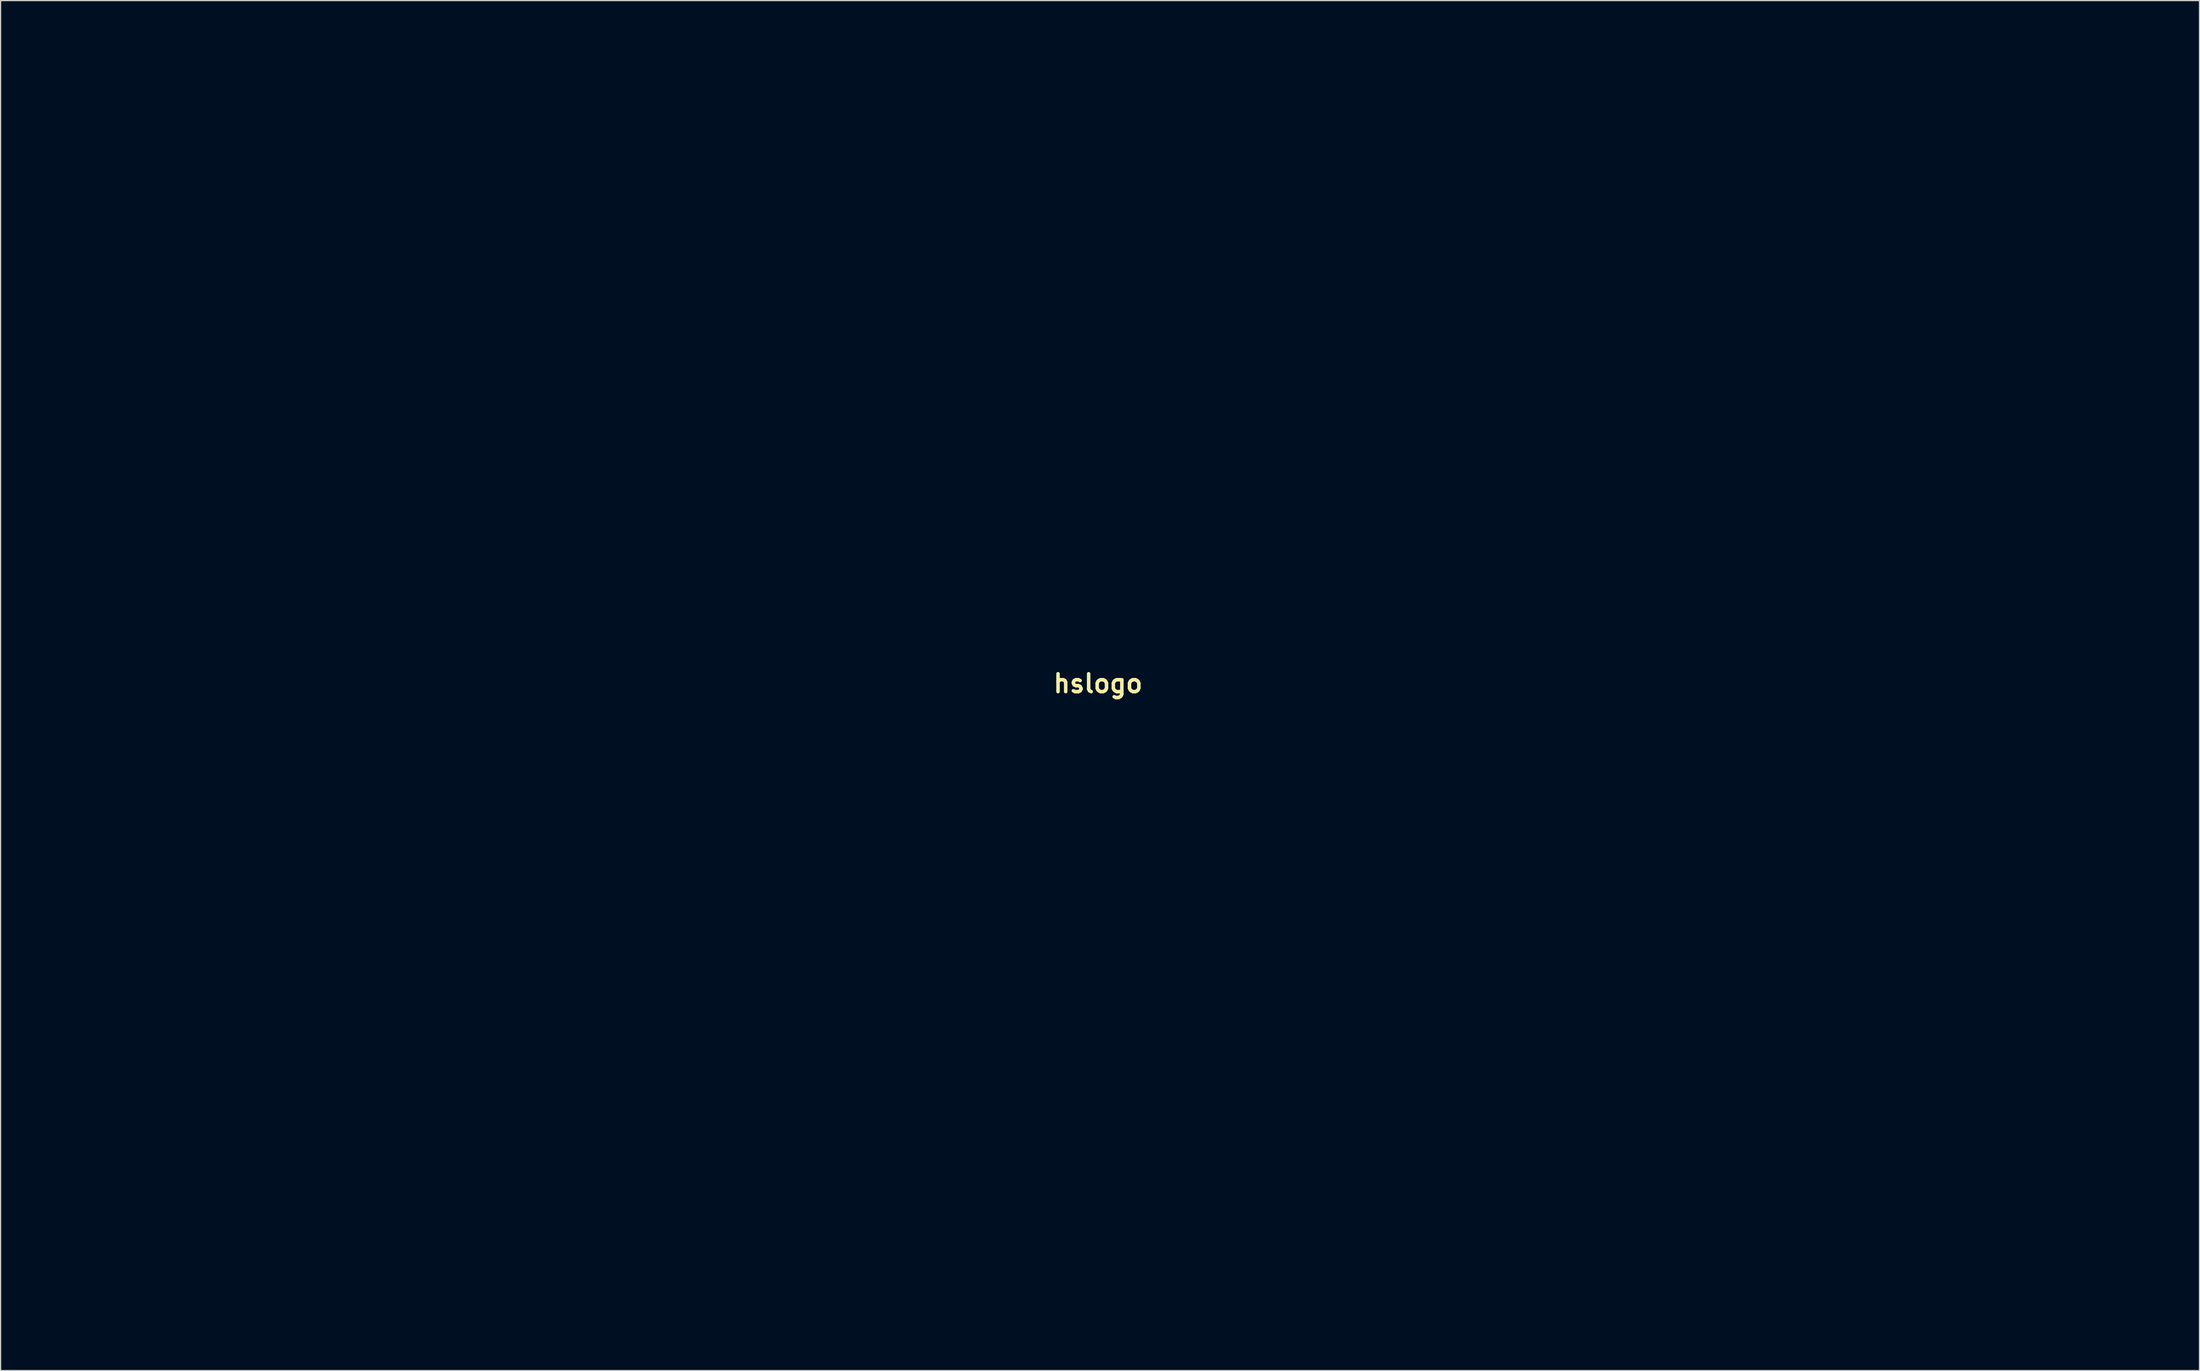
<source format=kicad_pcb>
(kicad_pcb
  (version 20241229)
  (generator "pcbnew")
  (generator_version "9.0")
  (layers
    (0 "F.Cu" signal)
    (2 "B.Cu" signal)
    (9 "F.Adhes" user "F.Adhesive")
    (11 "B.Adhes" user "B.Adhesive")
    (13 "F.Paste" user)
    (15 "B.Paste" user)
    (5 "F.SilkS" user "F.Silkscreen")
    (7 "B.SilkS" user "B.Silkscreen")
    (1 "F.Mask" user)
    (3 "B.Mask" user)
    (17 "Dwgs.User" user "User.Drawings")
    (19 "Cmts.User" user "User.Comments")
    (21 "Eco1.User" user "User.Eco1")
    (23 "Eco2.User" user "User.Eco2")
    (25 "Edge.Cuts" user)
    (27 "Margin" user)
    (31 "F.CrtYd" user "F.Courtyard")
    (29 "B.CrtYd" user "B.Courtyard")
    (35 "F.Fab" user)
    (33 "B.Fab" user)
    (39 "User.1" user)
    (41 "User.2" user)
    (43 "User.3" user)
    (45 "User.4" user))
  (footprint "hslogo"
    (layer "F.Cu")
    (at 90.621 55.267)
    (property "Reference" "hslogo" (at 0 0 0) (layer "F.SilkS") (effects (font (size 1.524 1.524) (thickness 0.3))))
    (attr through_hole)
    (fp_poly (pts (xy 33.295 34.153) (xy 33.123 34.324) (xy 32.951 34.153) (xy 33.123 33.981) (xy 33.295 34.153)) (stroke (width 0.01) (type solid)) (fill yes) (layer "F.Mask"))
    (fp_poly (pts (xy -68.07 -55.037) (xy -67.838 -54.747) (xy -67.865 -54.326) (xy -68.259 -54.26) (xy -68.799 -54.55) (xy -68.992 -54.747) (xy -69.216 -55.147) (xy -68.853 -55.26) (xy -68.727 -55.262) (xy -68.07 -55.037)) (stroke (width 0.01) (type solid)) (fill yes) (layer "F.Mask"))
    (fp_poly (pts (xy 32.296 21.296) (xy 31.903 21.665) (xy 31.445 22.071) (xy 30.542 22.817) (xy 29.643 23.477) (xy 28.878 23.97) (xy 28.374 24.216) (xy 28.257 24.133) (xy 28.288 24.075) (xy 28.68 23.703) (xy 29.486 23.09) (xy 30.54 22.363) (xy 30.656 22.287) (xy 31.717 21.595) (xy 32.249 21.268) (xy 32.296 21.296)) (stroke (width 0.01) (type solid)) (fill yes) (layer "F.Mask"))
    (fp_poly (pts (xy 16.418 -30.911) (xy 17.459 -30.008) (xy 18.387 -28.632) (xy 19.181 -26.886) (xy 19.816 -24.877) (xy 20.27 -22.707) (xy 20.521 -20.483) (xy 20.545 -18.309) (xy 20.32 -16.289) (xy 19.824 -14.529) (xy 19.185 -13.335) (xy 18.359 -12.548) (xy 17.469 -12.44) (xy 16.491 -13.01) (xy 16.267 -13.221) (xy 15.186 -14.66) (xy 14.217 -16.642) (xy 13.409 -19.026) (xy 12.81 -21.671) (xy 12.484 -24.225) (xy 12.462 -26.437) (xy 12.745 -28.324) (xy 13.301 -29.806) (xy 14.096 -30.801) (xy 15.098 -31.225) (xy 15.288 -31.235) (xy 16.418 -30.911)) (stroke (width 0.01) (type solid)) (fill yes) (layer "F.Mask"))
    (fp_poly (pts (xy 30.524 -45.297) (xy 31.575 -44.327) (xy 32.045 -43.663) (xy 33.07 -41.645) (xy 33.846 -39.333) (xy 34.362 -36.865) (xy 34.61 -34.381) (xy 34.577 -32.023) (xy 34.253 -29.929) (xy 33.629 -28.24) (xy 33.236 -27.635) (xy 32.422 -26.928) (xy 31.536 -26.864) (xy 30.485 -27.437) (xy 30.411 -27.494) (xy 29.419 -28.597) (xy 28.466 -30.25) (xy 27.606 -32.32) (xy 26.892 -34.67) (xy 26.378 -37.165) (xy 26.254 -38.049) (xy 26.156 -40.221) (xy 26.384 -42.102) (xy 26.884 -43.639) (xy 27.602 -44.779) (xy 28.484 -45.47) (xy 29.476 -45.66) (xy 30.524 -45.297)) (stroke (width 0.01) (type solid)) (fill yes) (layer "F.Mask"))
    (fp_poly (pts (xy -68.35 37.123) (xy -67.87 37.573) (xy -67.293 38.593) (xy -66.651 40.078) (xy -65.98 41.924) (xy -65.314 44.028) (xy -64.686 46.285) (xy -64.13 48.591) (xy -63.682 50.842) (xy -63.521 51.83) (xy -63.31 53.161) (xy -63.111 54.28) (xy -62.963 54.964) (xy -62.952 55.005) (xy -62.927 55.296) (xy -63.155 55.475) (xy -63.757 55.568) (xy -64.857 55.602) (xy -65.708 55.605) (xy -68.649 55.605) (xy -68.683 52.43) (xy -68.71 50.891) (xy -68.753 49.5) (xy -68.804 48.481) (xy -68.825 48.226) (xy -68.922 46.921) (xy -68.98 45.327) (xy -69.001 43.592) (xy -68.988 41.863) (xy -68.942 40.289) (xy -68.866 39.015) (xy -68.761 38.19) (xy -68.684 37.971) (xy -68.489 37.451) (xy -68.566 37.249) (xy -68.55 37.086) (xy -68.35 37.123)) (stroke (width 0.01) (type solid)) (fill yes) (layer "F.Mask"))
    (fp_poly (pts (xy 51.357 -36.912) (xy 51.569 -36.638) (xy 51.639 -36.445) (xy 51.634 -35.54) (xy 51.233 -34.557) (xy 50.587 -33.786) (xy 50.127 -33.542) (xy 49.753 -33.366) (xy 49.54 -32.977) (xy 49.444 -32.214) (xy 49.421 -31.01) (xy 49.064 -24.975) (xy 48.023 -18.991) (xy 46.301 -13.068) (xy 43.901 -7.213) (xy 43.059 -5.491) (xy 40.756 -1.351) (xy 38.259 2.315) (xy 35.42 5.716) (xy 33.914 7.292) (xy 30.996 10.038) (xy 28.25 12.202) (xy 25.589 13.841) (xy 22.925 15.01) (xy 20.873 15.612) (xy 19.263 15.95) (xy 18.017 16.073) (xy 16.845 15.981) (xy 15.458 15.674) (xy 15.182 15.6) (xy 13.391 15.033) (xy 11.942 14.335) (xy 10.583 13.358) (xy 9.225 12.117) (xy 7.295 10.233) (xy 6.398 11.201) (xy 5.79 11.805) (xy 5.403 11.945) (xy 5.012 11.679) (xy 4.918 11.587) (xy 4.69 11.305) (xy 4.598 10.953) (xy 4.664 10.411) (xy 4.915 9.559) (xy 5.374 8.276) (xy 5.857 6.992) (xy 6.671 4.966) (xy 7.349 3.558) (xy 7.925 2.725) (xy 8.432 2.418) (xy 8.903 2.593) (xy 8.973 2.657) (xy 9.199 3.104) (xy 9.131 3.842) (xy 8.964 4.467) (xy 8.733 5.444) (xy 8.808 6.157) (xy 9.232 6.979) (xy 9.262 7.028) (xy 10.662 8.74) (xy 12.619 10.313) (xy 14.171 11.232) (xy 15.144 11.694) (xy 16.029 11.972) (xy 17.061 12.107) (xy 18.47 12.143) (xy 19.05 12.141) (xy 20.891 12.061) (xy 22.459 11.808) (xy 23.943 11.315) (xy 25.533 10.518) (xy 27.42 9.349) (xy 27.789 9.105) (xy 29.346 7.926) (xy 31.151 6.329) (xy 33.061 4.46) (xy 34.935 2.466) (xy 36.63 0.493) (xy 38.004 -1.311) (xy 38.261 -1.689) (xy 40.969 -6.352) (xy 43.201 -11.389) (xy 44.915 -16.667) (xy 46.073 -22.052) (xy 46.633 -27.412) (xy 46.681 -29.433) (xy 46.671 -31.022) (xy 46.625 -32.047) (xy 46.521 -32.628) (xy 46.337 -32.889) (xy 46.051 -32.951) (xy 46.037 -32.951) (xy 45.209 -33.235) (xy 44.782 -33.97) (xy 44.809 -34.781) (xy 45.173 -35.66) (xy 45.823 -36.26) (xy 46.886 -36.648) (xy 48.488 -36.892) (xy 48.792 -36.921) (xy 50.123 -37.028) (xy 50.926 -37.034) (xy 51.357 -36.912)) (stroke (width 0.01) (type solid)) (fill yes) (layer "F.Mask"))
    (fp_poly (pts (xy -88.157 -41.113) (xy -87.824 -40.741) (xy -87.388 -39.924) (xy -87.086 -39.204) (xy -86.67 -38.266) (xy -86.301 -37.698) (xy -86.115 -37.61) (xy -85.954 -37.528) (xy -86.009 -37.295) (xy -85.902 -36.74) (xy -85.453 -36.275) (xy -84.953 -35.721) (xy -84.969 -35.328) (xy -85.037 -35.067) (xy -84.801 -35.17) (xy -84.271 -35.117) (xy -83.527 -34.523) (xy -83.458 -34.451) (xy -82.689 -33.775) (xy -81.968 -33.375) (xy -81.861 -33.348) (xy -81.19 -33.173) (xy -81.055 -33.017) (xy -81.501 -32.951) (xy -81.846 -32.888) (xy -81.685 -32.621) (xy -81.301 -32.289) (xy -80.775 -31.747) (xy -80.794 -31.338) (xy -80.904 -31.207) (xy -81.129 -30.55) (xy -81.035 -30.239) (xy -80.859 -29.569) (xy -80.752 -28.544) (xy -80.739 -28.146) (xy -80.567 -25.641) (xy -80.117 -23.63) (xy -79.635 -22.545) (xy -78.661 -20.834) (xy -78.008 -19.511) (xy -77.604 -18.4) (xy -77.381 -17.325) (xy -77.314 -16.734) (xy -77.106 -15.382) (xy -76.711 -14.431) (xy -76.174 -13.757) (xy -75.523 -13.165) (xy -74.861 -12.874) (xy -73.917 -12.79) (xy -73.306 -12.796) (xy -72.183 -12.758) (xy -71.328 -12.611) (xy -71.025 -12.467) (xy -70.794 -11.913) (xy -70.662 -10.973) (xy -70.651 -10.594) (xy -70.712 -9.729) (xy -70.916 -8.726) (xy -71.289 -7.516) (xy -71.86 -6.028) (xy -72.658 -4.192) (xy -73.71 -1.937) (xy -75.045 0.805) (xy -76.053 2.833) (xy -76.96 4.707) (xy -77.793 6.535) (xy -78.481 8.158) (xy -78.956 9.416) (xy -79.098 9.88) (xy -79.254 10.65) (xy -79.382 11.686) (xy -79.484 13.06) (xy -79.565 14.843) (xy -79.628 17.106) (xy -79.675 19.919) (xy -79.708 23.008) (xy -79.748 28.321) (xy -79.77 32.976) (xy -79.775 37.001) (xy -79.762 40.424) (xy -79.73 43.273) (xy -79.681 45.576) (xy -79.612 47.361) (xy -79.533 48.569) (xy -79.389 50.263) (xy -79.234 52.116) (xy -79.137 53.289) (xy -78.948 55.605) (xy -90.616 55.605) (xy -90.616 -32.78) (xy -82.722 -32.78) (xy -82.55 -32.608) (xy -82.378 -32.78) (xy -82.55 -32.951) (xy -82.722 -32.78) (xy -90.616 -32.78) (xy -90.616 -34.153) (xy -85.124 -34.153) (xy -84.953 -33.981) (xy -84.781 -34.153) (xy -84.953 -34.324) (xy -85.124 -34.153) (xy -90.616 -34.153) (xy -90.616 -35.869) (xy -86.497 -35.869) (xy -86.326 -35.697) (xy -86.154 -35.869) (xy -86.326 -36.041) (xy -86.497 -35.869) (xy -90.616 -35.869) (xy -90.616 -39.183) (xy -89.585 -40.214) (xy -89.038 -40.674) (xy -88.214 -40.674) (xy -88.042 -40.503) (xy -87.87 -40.674) (xy -88.042 -40.846) (xy -88.214 -40.674) (xy -89.038 -40.674) (xy -88.862 -40.823) (xy -88.286 -41.114) (xy -88.157 -41.113)) (stroke (width 0.01) (type solid)) (fill yes) (layer "F.Mask"))
    (fp_poly (pts (xy -41.436 -0.454) (xy -40.586 0.205) (xy -39.39 1.229) (xy -37.917 2.558) (xy -36.236 4.132) (xy -35.458 4.877) (xy -32.701 7.536) (xy -30.385 9.768) (xy -28.46 11.621) (xy -26.874 13.144) (xy -25.574 14.388) (xy -24.509 15.4) (xy -23.627 16.231) (xy -22.877 16.93) (xy -22.206 17.546) (xy -21.564 18.128) (xy -21.137 18.51) (xy -19.636 19.817) (xy -18.495 20.694) (xy -17.596 21.2) (xy -16.818 21.396) (xy -16.041 21.34) (xy -15.647 21.245) (xy -14.829 21.074) (xy -14.22 21.18) (xy -13.536 21.648) (xy -13.134 21.993) (xy -12.482 22.539) (xy -11.933 22.851) (xy -11.281 22.977) (xy -10.316 22.962) (xy -9.195 22.882) (xy -6.504 22.674) (xy -5.704 24.484) (xy -3.994 27.687) (xy -1.948 30.297) (xy 0.453 32.328) (xy 3.232 33.793) (xy 6.408 34.705) (xy 10.004 35.078) (xy 10.984 35.089) (xy 12.553 35.069) (xy 13.917 35.033) (xy 14.896 34.987) (xy 15.253 34.952) (xy 15.424 34.916) (xy 15.568 34.911) (xy 15.698 35) (xy 15.825 35.244) (xy 15.962 35.703) (xy 16.123 36.438) (xy 16.319 37.512) (xy 16.564 38.985) (xy 16.869 40.919) (xy 17.247 43.374) (xy 17.711 46.412) (xy 18.014 48.397) (xy 18.322 50.385) (xy 18.606 52.165) (xy 18.845 53.614) (xy 19.019 54.61) (xy 19.1 55.005) (xy 19.107 55.143) (xy 19.006 55.259) (xy 18.74 55.354) (xy 18.253 55.429) (xy 17.488 55.488) (xy 16.39 55.532) (xy 14.902 55.564) (xy 12.967 55.585) (xy 10.529 55.597) (xy 7.531 55.603) (xy 3.918 55.605) (xy 2.904 55.605) (xy -0.951 55.603) (xy -4.171 55.593) (xy -6.807 55.576) (xy -8.912 55.55) (xy -10.537 55.512) (xy -11.733 55.462) (xy -12.552 55.398) (xy -13.045 55.319) (xy -13.265 55.223) (xy -13.283 55.144) (xy -13.241 54.917) (xy -13.301 54.6) (xy -13.505 54.121) (xy -13.895 53.407) (xy -14.511 52.384) (xy -15.396 50.98) (xy -16.591 49.12) (xy -17.505 47.708) (xy -18.536 46.117) (xy -19.452 44.699) (xy -20.181 43.568) (xy -20.649 42.839) (xy -20.766 42.653) (xy -21.062 42.189) (xy -21.661 41.258) (xy -22.492 39.969) (xy -23.486 38.431) (xy -24.239 37.268) (xy -25.351 35.532) (xy -26.387 33.88) (xy -27.263 32.446) (xy -27.895 31.367) (xy -28.124 30.946) (xy -28.71 29.853) (xy -29.481 28.498) (xy -30.169 27.342) (xy -31.884 24.406) (xy -33.727 21.031) (xy -35.592 17.422) (xy -37.374 13.787) (xy -38.968 10.331) (xy -39.654 8.753) (xy -40.791 6.035) (xy -41.653 3.88) (xy -42.253 2.224) (xy -42.606 1.007) (xy -42.727 0.169) (xy -42.63 -0.352) (xy -42.329 -0.617) (xy -41.87 -0.686) (xy -41.436 -0.454)) (stroke (width 0.01) (type solid)) (fill yes) (layer "F.Mask"))
    (fp_poly (pts (xy -19.994 -55.248) (xy -13.312 -55.246) (xy -7.283 -55.243) (xy -1.876 -55.238) (xy 2.941 -55.232) (xy 7.202 -55.224) (xy 10.939 -55.213) (xy 14.183 -55.199) (xy 16.969 -55.182) (xy 19.327 -55.161) (xy 21.291 -55.136) (xy 22.893 -55.107) (xy 24.166 -55.073) (xy 25.141 -55.034) (xy 25.851 -54.989) (xy 26.33 -54.938) (xy 26.608 -54.88) (xy 26.719 -54.816) (xy 26.695 -54.744) (xy 26.601 -54.682) (xy 25.111 -53.737) (xy 23.306 -52.361) (xy 21.299 -50.657) (xy 19.205 -48.731) (xy 17.138 -46.686) (xy 15.211 -44.627) (xy 13.766 -42.94) (xy 12.033 -40.668) (xy 10.154 -37.952) (xy 8.249 -34.979) (xy 6.443 -31.939) (xy 5.667 -30.546) (xy 4.878 -29.11) (xy 4.193 -27.885) (xy 3.687 -27.003) (xy 3.438 -26.601) (xy 3.209 -26.127) (xy 2.803 -25.102) (xy 2.256 -23.628) (xy 1.605 -21.806) (xy 0.887 -19.738) (xy 0.137 -17.525) (xy -0.382 -15.961) (xy -1.366 -12.439) (xy -2.197 -8.367) (xy -2.853 -3.87) (xy -3.268 0.347) (xy -3.322 1.931) (xy -3.288 3.892) (xy -3.18 6.042) (xy -3.011 8.191) (xy -2.795 10.149) (xy -2.546 11.726) (xy -2.384 12.422) (xy -2.233 13.382) (xy -2.417 13.827) (xy -2.86 13.7) (xy -3.345 13.155) (xy -3.944 12.214) (xy -4.589 11.072) (xy -4.746 10.769) (xy -5.3 9.819) (xy -5.9 9.263) (xy -6.745 9) (xy -8.037 8.926) (xy -8.339 8.924) (xy -9.181 8.903) (xy -9.819 8.777) (xy -10.415 8.452) (xy -11.13 7.834) (xy -12.128 6.829) (xy -12.344 6.606) (xy -13.553 5.339) (xy -14.782 4.01) (xy -16.113 2.524) (xy -17.63 0.789) (xy -19.416 -1.291) (xy -21.527 -3.776) (xy -22.686 -5.152) (xy -23.715 -6.39) (xy -24.702 -7.605) (xy -25.74 -8.91) (xy -26.917 -10.417) (xy -28.325 -12.242) (xy -30.053 -14.496) (xy -30.123 -14.588) (xy -31.143 -15.889) (xy -32.457 -17.52) (xy -33.911 -19.292) (xy -35.351 -21.016) (xy -35.656 -21.376) (xy -37.096 -23.102) (xy -38.604 -24.961) (xy -40.017 -26.747) (xy -41.172 -28.259) (xy -41.346 -28.494) (xy -42.668 -30.222) (xy -43.741 -31.434) (xy -44.66 -32.206) (xy -45.517 -32.616) (xy -46.408 -32.743) (xy -46.468 -32.743) (xy -47.433 -32.502) (xy -48.752 -31.831) (xy -50.312 -30.804) (xy -52.001 -29.495) (xy -53.707 -27.979) (xy -53.764 -27.925) (xy -54.352 -27.469) (xy -54.719 -27.375) (xy -54.726 -27.381) (xy -54.908 -27.32) (xy -54.919 -27.211) (xy -55.203 -26.866) (xy -55.926 -26.395) (xy -56.42 -26.143) (xy -57.349 -25.621) (xy -57.988 -25.104) (xy -58.124 -24.906) (xy -58.394 -24.566) (xy -58.926 -24.654) (xy -59.181 -24.763) (xy -60.033 -25.151) (xy -57.406 -30.339) (xy -56.285 -32.613) (xy -55.49 -34.416) (xy -55.003 -35.868) (xy -54.802 -37.091) (xy -54.869 -38.206) (xy -55.183 -39.333) (xy -55.716 -40.577) (xy -56.326 -42.273) (xy -56.746 -44.259) (xy -56.823 -44.89) (xy -56.982 -46.131) (xy -57.172 -47.082) (xy -57.354 -47.556) (xy -57.372 -47.571) (xy -57.523 -47.975) (xy -57.479 -48.078) (xy -57.507 -48.378) (xy -57.607 -48.397) (xy -57.935 -48.686) (xy -58.13 -49.17) (xy -58.78 -50.452) (xy -59.972 -51.623) (xy -61.561 -52.583) (xy -63.404 -53.226) (xy -64.015 -53.347) (xy -64.658 -53.475) (xy -64.873 -53.54) (xy -65.316 -53.583) (xy -65.773 -53.565) (xy -66.535 -53.743) (xy -67.243 -54.244) (xy -67.611 -54.852) (xy -67.619 -54.943) (xy -67.28 -54.988) (xy -66.277 -55.029) (xy -64.634 -55.068) (xy -62.375 -55.103) (xy -59.522 -55.135) (xy -56.099 -55.163) (xy -52.128 -55.187) (xy -47.634 -55.208) (xy -42.639 -55.224) (xy -37.166 -55.237) (xy -31.24 -55.245) (xy -24.882 -55.249) (xy -19.994 -55.248)) (stroke (width 0.01) (type solid)) (fill yes) (layer "F.Mask"))
    (fp_poly (pts (xy 90.959 55.605) (xy 56.901 55.605) (xy 57.043 48.483) (xy 57.186 41.361) (xy 58.678 38.272) (xy 59.344 36.783) (xy 59.889 35.36) (xy 60.234 34.218) (xy 60.309 33.809) (xy 60.333 33.121) (xy 60.204 32.484) (xy 59.851 31.742) (xy 59.205 30.741) (xy 58.399 29.607) (xy 56.946 27.613) (xy 55.548 25.722) (xy 54.27 24.018) (xy 53.176 22.586) (xy 52.33 21.51) (xy 51.796 20.875) (xy 51.688 20.766) (xy 51.342 20.377) (xy 50.673 19.552) (xy 49.768 18.402) (xy 48.717 17.04) (xy 48.445 16.684) (xy 47.262 15.099) (xy 46.482 13.968) (xy 46.062 13.22) (xy 45.961 12.785) (xy 46.054 12.632) (xy 46.601 12.51) (xy 47.663 12.463) (xy 49.076 12.483) (xy 50.671 12.56) (xy 52.284 12.687) (xy 53.749 12.856) (xy 54.899 13.059) (xy 54.919 13.063) (xy 56.185 13.476) (xy 57.545 14.085) (xy 58.008 14.339) (xy 58.965 14.844) (xy 59.721 15.133) (xy 59.982 15.163) (xy 60.375 15.276) (xy 60.411 15.397) (xy 60.699 15.727) (xy 61.389 16.063) (xy 62.28 16.218) (xy 63.134 15.919) (xy 63.363 15.783) (xy 64.889 15.106) (xy 66.363 15.056) (xy 67.868 15.645) (xy 69.225 16.647) (xy 70.311 17.564) (xy 71.072 18.058) (xy 71.576 18.078) (xy 71.892 17.574) (xy 72.087 16.495) (xy 72.228 14.791) (xy 72.255 14.387) (xy 72.329 12.83) (xy 72.342 11.527) (xy 72.293 10.63) (xy 72.206 10.299) (xy 71.812 10.022) (xy 70.952 9.47) (xy 69.751 8.723) (xy 68.333 7.857) (xy 68.234 7.798) (xy 66.594 6.87) (xy 64.662 5.879) (xy 64.529 5.815) (xy 66.932 5.815) (xy 67.182 6.164) (xy 67.276 6.178) (xy 67.61 6.061) (xy 67.619 6.027) (xy 67.378 5.734) (xy 67.276 5.664) (xy 66.959 5.691) (xy 66.932 5.815) (xy 64.529 5.815) (xy 62.707 4.945) (xy 64.975 4.945) (xy 65.216 5.149) (xy 65.764 5.457) (xy 65.837 5.341) (xy 65.731 5.149) (xy 65.23 4.822) (xy 65.11 4.811) (xy 64.975 4.945) (xy 62.707 4.945) (xy 62.53 4.861) (xy 62.112 4.672) (xy 67.737 4.672) (xy 67.791 4.805) (xy 68.099 5.133) (xy 68.154 5.149) (xy 68.301 4.883) (xy 68.305 4.805) (xy 68.042 4.475) (xy 67.942 4.462) (xy 67.737 4.672) (xy 62.112 4.672) (xy 60.289 3.852) (xy 59.706 3.604) (xy 62.47 3.604) (xy 62.642 3.776) (xy 62.814 3.604) (xy 66.589 3.604) (xy 66.761 3.776) (xy 66.932 3.604) (xy 66.761 3.432) (xy 66.589 3.604) (xy 62.814 3.604) (xy 62.642 3.432) (xy 62.47 3.604) (xy 59.706 3.604) (xy 58.9 3.261) (xy 68.649 3.261) (xy 68.82 3.432) (xy 68.992 3.261) (xy 68.82 3.089) (xy 68.649 3.261) (xy 58.9 3.261) (xy 58.028 2.89) (xy 56.247 2.174) (xy 59.152 2.174) (xy 59.199 2.378) (xy 59.381 2.403) (xy 60.411 2.403) (xy 60.536 2.685) (xy 60.64 2.632) (xy 60.645 2.574) (xy 61.097 2.574) (xy 61.269 2.746) (xy 61.441 2.574) (xy 61.367 2.501) (xy 62.526 2.501) (xy 62.609 2.693) (xy 62.955 3.061) (xy 63.153 2.986) (xy 63.157 2.938) (xy 62.913 2.648) (xy 62.76 2.542) (xy 62.526 2.501) (xy 61.367 2.501) (xy 61.269 2.403) (xy 61.097 2.574) (xy 60.645 2.574) (xy 60.681 2.224) (xy 60.64 2.174) (xy 60.436 2.221) (xy 60.411 2.403) (xy 59.381 2.403) (xy 59.664 2.277) (xy 59.61 2.174) (xy 59.203 2.133) (xy 59.152 2.174) (xy 56.247 2.174) (xy 55.839 2.01) (xy 55.513 1.888) (xy 62.814 1.888) (xy 62.985 2.059) (xy 63.157 1.888) (xy 63.843 1.888) (xy 64.015 2.059) (xy 64.186 1.888) (xy 64.015 1.716) (xy 63.843 1.888) (xy 63.157 1.888) (xy 62.985 1.716) (xy 62.814 1.888) (xy 55.513 1.888) (xy 54.599 1.545) (xy 57.665 1.545) (xy 57.836 1.716) (xy 58.008 1.545) (xy 57.836 1.373) (xy 57.665 1.545) (xy 54.599 1.545) (xy 53.812 1.249) (xy 53.672 1.201) (xy 56.292 1.201) (xy 56.464 1.373) (xy 56.635 1.201) (xy 61.441 1.201) (xy 61.612 1.373) (xy 61.622 1.363) (xy 65.245 1.363) (xy 65.351 1.614) (xy 65.534 1.845) (xy 65.937 2.25) (xy 66.107 2.158) (xy 67.331 2.158) (xy 67.415 2.35) (xy 67.76 2.718) (xy 67.959 2.643) (xy 67.962 2.595) (xy 67.945 2.574) (xy 69.335 2.574) (xy 69.507 2.746) (xy 69.678 2.574) (xy 69.507 2.403) (xy 69.335 2.574) (xy 67.945 2.574) (xy 67.718 2.304) (xy 67.566 2.198) (xy 67.331 2.158) (xy 66.107 2.158) (xy 66.204 2.105) (xy 66.337 1.884) (xy 66.509 1.32) (xy 66.473 1.201) (xy 69.678 1.201) (xy 69.85 1.373) (xy 70.022 1.201) (xy 69.85 1.03) (xy 69.678 1.201) (xy 66.473 1.201) (xy 66.449 1.118) (xy 66.26 1.175) (xy 66.246 1.305) (xy 65.992 1.535) (xy 65.645 1.47) (xy 65.245 1.363) (xy 61.622 1.363) (xy 61.784 1.201) (xy 61.612 1.03) (xy 61.441 1.201) (xy 56.635 1.201) (xy 56.464 1.03) (xy 56.292 1.201) (xy 53.672 1.201) (xy 52.039 0.644) (xy 51.593 0.515) (xy 61.784 0.515) (xy 61.955 0.686) (xy 62.127 0.515) (xy 61.955 0.343) (xy 65.559 0.343) (xy 65.839 0.644) (xy 66.095 0.686) (xy 66.439 0.525) (xy 67.708 0.525) (xy 67.776 0.664) (xy 68.104 1.019) (xy 68.164 0.768) (xy 68.081 0.5) (xy 67.828 0.126) (xy 67.714 0.134) (xy 67.708 0.525) (xy 66.439 0.525) (xy 66.45 0.52) (xy 66.418 0.343) (xy 65.979 0.013) (xy 65.882 0) (xy 65.569 0.262) (xy 65.559 0.343) (xy 61.955 0.343) (xy 61.784 0.515) (xy 51.593 0.515) (xy 50.61 0.231) (xy 50.292 0.172) (xy 59.724 0.172) (xy 59.896 0.343) (xy 60.068 0.172) (xy 59.896 0) (xy 59.724 0.172) (xy 50.292 0.172) (xy 49.615 0.046) (xy 49.146 0.126) (xy 49.146 0.127) (xy 48.874 0.57) (xy 48.359 1.485) (xy 47.674 2.736) (xy 46.932 4.119) (xy 45.37 6.915) (xy 43.838 9.327) (xy 42.193 11.541) (xy 40.295 13.745) (xy 38.003 16.124) (xy 37.535 16.588) (xy 36.171 17.92) (xy 34.973 19.066) (xy 34.028 19.943) (xy 33.421 20.473) (xy 33.242 20.595) (xy 33.365 20.377) (xy 33.891 19.797) (xy 34.72 18.958) (xy 35.161 18.53) (xy 36.907 16.596) (xy 38.517 14.24) (xy 39.162 13.124) (xy 40.628 10.749) (xy 42.275 8.531) (xy 43.28 7.38) (xy 45.324 5.074) (xy 46.947 2.898) (xy 48.31 0.617) (xy 48.917 -0.588) (xy 54.288 -0.588) (xy 54.371 -0.396) (xy 54.717 -0.028) (xy 54.916 -0.103) (xy 54.919 -0.151) (xy 54.902 -0.172) (xy 61.097 -0.172) (xy 61.269 0) (xy 61.441 -0.172) (xy 61.269 -0.343) (xy 61.097 -0.172) (xy 54.902 -0.172) (xy 54.675 -0.442) (xy 54.523 -0.548) (xy 54.381 -0.572) (xy 64.301 -0.572) (xy 64.348 -0.368) (xy 64.53 -0.343) (xy 64.812 -0.469) (xy 64.788 -0.515) (xy 68.305 -0.515) (xy 68.477 -0.343) (xy 68.649 -0.515) (xy 68.477 -0.686) (xy 68.305 -0.515) (xy 64.788 -0.515) (xy 64.759 -0.572) (xy 64.351 -0.613) (xy 64.301 -0.572) (xy 54.381 -0.572) (xy 54.288 -0.588) (xy 48.917 -0.588) (xy 49.053 -0.858) (xy 49.202 -1.191) (xy 58.783 -1.191) (xy 58.852 -1.053) (xy 59.179 -0.698) (xy 59.218 -0.858) (xy 60.754 -0.858) (xy 60.926 -0.686) (xy 61.097 -0.858) (xy 66.589 -0.858) (xy 66.761 -0.686) (xy 66.932 -0.858) (xy 66.781 -1.009) (xy 67.619 -1.009) (xy 67.729 -0.698) (xy 67.879 -0.858) (xy 70.365 -0.858) (xy 70.536 -0.686) (xy 70.708 -0.858) (xy 70.536 -1.03) (xy 70.365 -0.858) (xy 67.879 -0.858) (xy 67.982 -0.97) (xy 68.085 -1.201) (xy 69.335 -1.201) (xy 69.507 -1.03) (xy 69.678 -1.201) (xy 69.507 -1.373) (xy 69.335 -1.201) (xy 68.085 -1.201) (xy 68.093 -1.219) (xy 68.117 -1.574) (xy 67.958 -1.542) (xy 67.631 -1.103) (xy 67.619 -1.009) (xy 66.781 -1.009) (xy 66.761 -1.03) (xy 66.589 -0.858) (xy 61.097 -0.858) (xy 60.926 -1.03) (xy 60.754 -0.858) (xy 59.218 -0.858) (xy 59.24 -0.948) (xy 59.156 -1.216) (xy 58.904 -1.59) (xy 58.789 -1.582) (xy 58.783 -1.191) (xy 49.202 -1.191) (xy 49.385 -1.602) (xy 60.868 -1.602) (xy 60.916 -1.398) (xy 61.097 -1.373) (xy 62.127 -1.373) (xy 62.253 -1.09) (xy 62.356 -1.144) (xy 62.396 -1.545) (xy 66.246 -1.545) (xy 66.418 -1.373) (xy 66.589 -1.545) (xy 66.418 -1.716) (xy 66.246 -1.545) (xy 62.396 -1.545) (xy 62.397 -1.551) (xy 62.356 -1.602) (xy 62.152 -1.555) (xy 62.127 -1.373) (xy 61.097 -1.373) (xy 61.38 -1.499) (xy 61.326 -1.602) (xy 60.919 -1.643) (xy 60.868 -1.602) (xy 49.385 -1.602) (xy 49.513 -1.888) (xy 56.635 -1.888) (xy 56.807 -1.716) (xy 56.978 -1.888) (xy 56.807 -2.059) (xy 56.635 -1.888) (xy 49.513 -1.888) (xy 49.666 -2.231) (xy 55.262 -2.231) (xy 55.434 -2.059) (xy 55.605 -2.231) (xy 60.068 -2.231) (xy 60.239 -2.059) (xy 60.411 -2.231) (xy 61.441 -2.231) (xy 61.612 -2.059) (xy 61.784 -2.231) (xy 64.53 -2.231) (xy 64.701 -2.059) (xy 64.873 -2.231) (xy 67.619 -2.231) (xy 67.791 -2.059) (xy 67.813 -2.082) (xy 68.733 -2.082) (xy 68.78 -2.059) (xy 69.093 -2.301) (xy 69.164 -2.403) (xy 69.251 -2.724) (xy 69.204 -2.746) (xy 68.891 -2.504) (xy 68.82 -2.403) (xy 68.733 -2.082) (xy 67.813 -2.082) (xy 67.962 -2.231) (xy 67.791 -2.403) (xy 67.619 -2.231) (xy 64.873 -2.231) (xy 64.701 -2.403) (xy 64.53 -2.231) (xy 61.784 -2.231) (xy 61.612 -2.403) (xy 61.441 -2.231) (xy 60.411 -2.231) (xy 60.239 -2.403) (xy 60.068 -2.231) (xy 55.605 -2.231) (xy 55.434 -2.403) (xy 55.262 -2.231) (xy 49.666 -2.231) (xy 49.998 -2.975) (xy 66.017 -2.975) (xy 66.064 -2.771) (xy 66.246 -2.746) (xy 66.528 -2.872) (xy 66.475 -2.975) (xy 66.067 -3.016) (xy 66.017 -2.975) (xy 49.998 -2.975) (xy 50.126 -3.261) (xy 54.232 -3.261) (xy 54.404 -3.089) (xy 54.576 -3.261) (xy 64.53 -3.261) (xy 64.701 -3.089) (xy 64.873 -3.261) (xy 64.701 -3.432) (xy 64.53 -3.261) (xy 54.576 -3.261) (xy 54.404 -3.432) (xy 54.232 -3.261) (xy 50.126 -3.261) (xy 50.432 -3.947) (xy 59.381 -3.947) (xy 59.553 -3.776) (xy 59.724 -3.947) (xy 59.553 -4.119) (xy 59.381 -3.947) (xy 50.432 -3.947) (xy 50.586 -4.291) (xy 61.097 -4.291) (xy 61.269 -4.119) (xy 61.441 -4.291) (xy 61.383 -4.348) (xy 67.39 -4.348) (xy 67.437 -4.144) (xy 67.619 -4.119) (xy 67.901 -4.245) (xy 67.848 -4.348) (xy 67.44 -4.389) (xy 67.39 -4.348) (xy 61.383 -4.348) (xy 61.269 -4.462) (xy 61.097 -4.291) (xy 50.586 -4.291) (xy 50.739 -4.634) (xy 65.216 -4.634) (xy 65.388 -4.462) (xy 65.559 -4.634) (xy 65.388 -4.805) (xy 65.216 -4.634) (xy 50.739 -4.634) (xy 50.892 -4.977) (xy 61.784 -4.977) (xy 61.955 -4.805) (xy 62.127 -4.977) (xy 61.955 -5.149) (xy 61.784 -4.977) (xy 50.892 -4.977) (xy 51.045 -5.32) (xy 63.843 -5.32) (xy 64.015 -5.149) (xy 64.186 -5.32) (xy 64.015 -5.492) (xy 63.843 -5.32) (xy 51.045 -5.32) (xy 51.198 -5.664) (xy 65.559 -5.664) (xy 65.731 -5.492) (xy 65.903 -5.664) (xy 65.829 -5.737) (xy 66.301 -5.737) (xy 66.385 -5.545) (xy 66.73 -5.176) (xy 66.929 -5.252) (xy 66.932 -5.3) (xy 66.689 -5.59) (xy 66.536 -5.696) (xy 66.301 -5.737) (xy 65.829 -5.737) (xy 65.731 -5.835) (xy 65.559 -5.664) (xy 51.198 -5.664) (xy 51.554 -6.46) (xy 51.664 -6.75) (xy 57.779 -6.75) (xy 57.826 -6.546) (xy 58.008 -6.522) (xy 58.291 -6.647) (xy 58.267 -6.693) (xy 61.784 -6.693) (xy 61.955 -6.522) (xy 62.127 -6.693) (xy 61.955 -6.865) (xy 61.784 -6.693) (xy 58.267 -6.693) (xy 58.237 -6.75) (xy 57.83 -6.792) (xy 57.779 -6.75) (xy 51.664 -6.75) (xy 51.772 -7.036) (xy 66.932 -7.036) (xy 67.104 -6.865) (xy 67.276 -7.036) (xy 67.104 -7.208) (xy 66.932 -7.036) (xy 51.772 -7.036) (xy 52.032 -7.723) (xy 58.695 -7.723) (xy 58.866 -7.551) (xy 59.038 -7.723) (xy 60.411 -7.723) (xy 60.582 -7.551) (xy 60.754 -7.723) (xy 60.582 -7.895) (xy 60.411 -7.723) (xy 59.038 -7.723) (xy 58.866 -7.895) (xy 58.695 -7.723) (xy 52.032 -7.723) (xy 52.292 -8.409) (xy 61.441 -8.409) (xy 61.612 -8.238) (xy 61.784 -8.409) (xy 62.47 -8.409) (xy 62.642 -8.238) (xy 62.814 -8.409) (xy 62.642 -8.581) (xy 62.47 -8.409) (xy 61.784 -8.409) (xy 61.612 -8.581) (xy 61.441 -8.409) (xy 52.292 -8.409) (xy 52.422 -8.753) (xy 59.038 -8.753) (xy 59.209 -8.581) (xy 59.381 -8.753) (xy 59.209 -8.924) (xy 59.038 -8.753) (xy 52.422 -8.753) (xy 53.551 -11.738) (xy 55.072 -16.802) (xy 56.144 -21.763) (xy 56.441 -24.027) (xy 58.008 -24.027) (xy 58.134 -23.744) (xy 58.237 -23.798) (xy 58.278 -24.206) (xy 58.237 -24.256) (xy 58.033 -24.209) (xy 58.008 -24.027) (xy 56.441 -24.027) (xy 56.796 -26.731) (xy 57.053 -31.817) (xy 57.06 -32.951) (xy 56.862 -37.779) (xy 56.28 -42.068) (xy 55.301 -45.858) (xy 53.914 -49.185) (xy 52.109 -52.087) (xy 50.971 -53.474) (xy 49.363 -55.262) (xy 90.959 -55.262) (xy 90.959 55.605)) (stroke (width 0.01) (type solid)) (fill yes) (layer "F.Mask")))
  (gr_rect
    (start -3 -3)
    (end 184.586 113.878)
    (stroke (width 0.1) (type default))
    (fill no)
    (layer "Edge.Cuts")))
</source>
